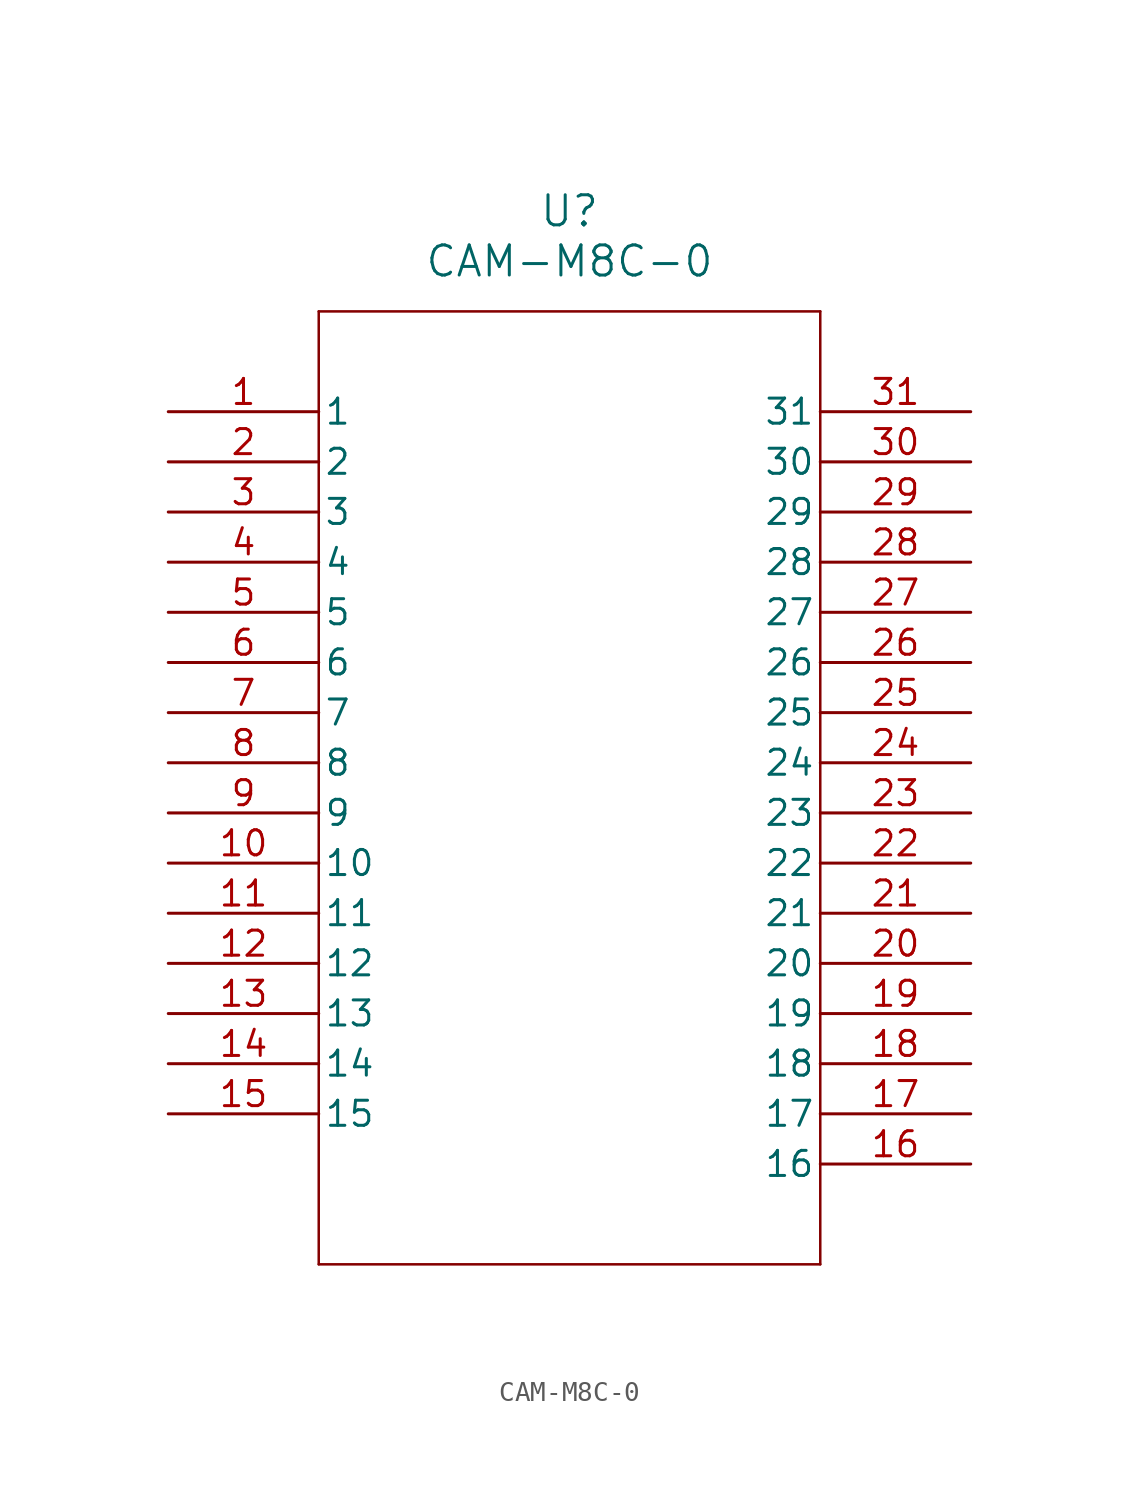
<source format=kicad_sym>
(kicad_symbol_lib
  (version 20211014)
  (generator kicad_symbol_editor)
  (symbol "CAM-M8C-0"
    (pin_names
      (offset 0.254))
    (property "Reference" "U"
      (at 20.32 10.16 0)
      (effects (font (size 1.524 1.524))))
    (property "Value" "CAM-M8C-0"
      (at 20.32 7.62 0)
      (effects (font (size 1.524 1.524))))
    (symbol "CAM-M8C-0_0_1"
      (polyline (pts (xy 7.62 5.08) (xy 7.62 -43.18)) (stroke (width 0.127) (type default) (color 0 0 0 0)) (fill (type none)))
      (polyline (pts (xy 7.62 -43.18) (xy 33.02 -43.18)) (stroke (width 0.127) (type default) (color 0 0 0 0)) (fill (type none)))
      (polyline (pts (xy 33.02 -43.18) (xy 33.02 5.08)) (stroke (width 0.127) (type default) (color 0 0 0 0)) (fill (type none)))
      (polyline (pts (xy 33.02 5.08) (xy 7.62 5.08)) (stroke (width 0.127) (type default) (color 0 0 0 0)) (fill (type none)))
      (pin power_in line (at 0 0 0) (length 7.62) (name "1" (effects (font (size 1.27 1.27)))) (number "1" (effects (font (size 1.27 1.27)))))
      (pin unspecified line (at 0 -2.54 0) (length 7.62) (name "2" (effects (font (size 1.27 1.27)))) (number "2" (effects (font (size 1.27 1.27)))))
      (pin unspecified line (at 0 -5.08 0) (length 7.62) (name "3" (effects (font (size 1.27 1.27)))) (number "3" (effects (font (size 1.27 1.27)))))
      (pin power_out line (at 0 -7.62 0) (length 7.62) (name "4" (effects (font (size 1.27 1.27)))) (number "4" (effects (font (size 1.27 1.27)))))
      (pin power_out line (at 0 -10.16 0) (length 7.62) (name "5" (effects (font (size 1.27 1.27)))) (number "5" (effects (font (size 1.27 1.27)))))
      (pin unspecified line (at 0 -12.7 0) (length 7.62) (name "6" (effects (font (size 1.27 1.27)))) (number "6" (effects (font (size 1.27 1.27)))))
      (pin unspecified line (at 0 -15.24 0) (length 7.62) (name "7" (effects (font (size 1.27 1.27)))) (number "7" (effects (font (size 1.27 1.27)))))
      (pin unspecified line (at 0 -17.78 0) (length 7.62) (name "8" (effects (font (size 1.27 1.27)))) (number "8" (effects (font (size 1.27 1.27)))))
      (pin power_in line (at 0 -20.32 0) (length 7.62) (name "9" (effects (font (size 1.27 1.27)))) (number "9" (effects (font (size 1.27 1.27)))))
      (pin power_out line (at 0 -22.86 0) (length 7.62) (name "10" (effects (font (size 1.27 1.27)))) (number "10" (effects (font (size 1.27 1.27)))))
      (pin power_out line (at 0 -25.4 0) (length 7.62) (name "11" (effects (font (size 1.27 1.27)))) (number "11" (effects (font (size 1.27 1.27)))))
      (pin power_out line (at 0 -27.94 0) (length 7.62) (name "12" (effects (font (size 1.27 1.27)))) (number "12" (effects (font (size 1.27 1.27)))))
      (pin power_out line (at 0 -30.48 0) (length 7.62) (name "13" (effects (font (size 1.27 1.27)))) (number "13" (effects (font (size 1.27 1.27)))))
      (pin power_out line (at 0 -33.02 0) (length 7.62) (name "14" (effects (font (size 1.27 1.27)))) (number "14" (effects (font (size 1.27 1.27)))))
      (pin power_out line (at 0 -35.56 0) (length 7.62) (name "15" (effects (font (size 1.27 1.27)))) (number "15" (effects (font (size 1.27 1.27)))))
      (pin output line (at 40.64 -38.1 180) (length 7.62) (name "16" (effects (font (size 1.27 1.27)))) (number "16" (effects (font (size 1.27 1.27)))))
      (pin unspecified line (at 40.64 -35.56 180) (length 7.62) (name "17" (effects (font (size 1.27 1.27)))) (number "17" (effects (font (size 1.27 1.27)))))
      (pin power_out line (at 40.64 -33.02 180) (length 7.62) (name "18" (effects (font (size 1.27 1.27)))) (number "18" (effects (font (size 1.27 1.27)))))
      (pin power_out line (at 40.64 -30.48 180) (length 7.62) (name "19" (effects (font (size 1.27 1.27)))) (number "19" (effects (font (size 1.27 1.27)))))
      (pin unspecified line (at 40.64 -27.94 180) (length 7.62) (name "20" (effects (font (size 1.27 1.27)))) (number "20" (effects (font (size 1.27 1.27)))))
      (pin power_out line (at 40.64 -25.4 180) (length 7.62) (name "21" (effects (font (size 1.27 1.27)))) (number "21" (effects (font (size 1.27 1.27)))))
      (pin power_out line (at 40.64 -22.86 180) (length 7.62) (name "22" (effects (font (size 1.27 1.27)))) (number "22" (effects (font (size 1.27 1.27)))))
      (pin unspecified line (at 40.64 -20.32 180) (length 7.62) (name "23" (effects (font (size 1.27 1.27)))) (number "23" (effects (font (size 1.27 1.27)))))
      (pin unspecified line (at 40.64 -17.78 180) (length 7.62) (name "24" (effects (font (size 1.27 1.27)))) (number "24" (effects (font (size 1.27 1.27)))))
      (pin unspecified line (at 40.64 -15.24 180) (length 7.62) (name "25" (effects (font (size 1.27 1.27)))) (number "25" (effects (font (size 1.27 1.27)))))
      (pin unspecified line (at 40.64 -12.7 180) (length 7.62) (name "26" (effects (font (size 1.27 1.27)))) (number "26" (effects (font (size 1.27 1.27)))))
      (pin power_out line (at 40.64 -10.16 180) (length 7.62) (name "27" (effects (font (size 1.27 1.27)))) (number "27" (effects (font (size 1.27 1.27)))))
      (pin unspecified line (at 40.64 -7.62 180) (length 7.62) (name "28" (effects (font (size 1.27 1.27)))) (number "28" (effects (font (size 1.27 1.27)))))
      (pin unspecified line (at 40.64 -5.08 180) (length 7.62) (name "29" (effects (font (size 1.27 1.27)))) (number "29" (effects (font (size 1.27 1.27)))))
      (pin unspecified line (at 40.64 -2.54 180) (length 7.62) (name "30" (effects (font (size 1.27 1.27)))) (number "30" (effects (font (size 1.27 1.27)))))
      (pin power_out line (at 40.64 0 180) (length 7.62) (name "31" (effects (font (size 1.27 1.27)))) (number "31" (effects (font (size 1.27 1.27))))))))
</source>
